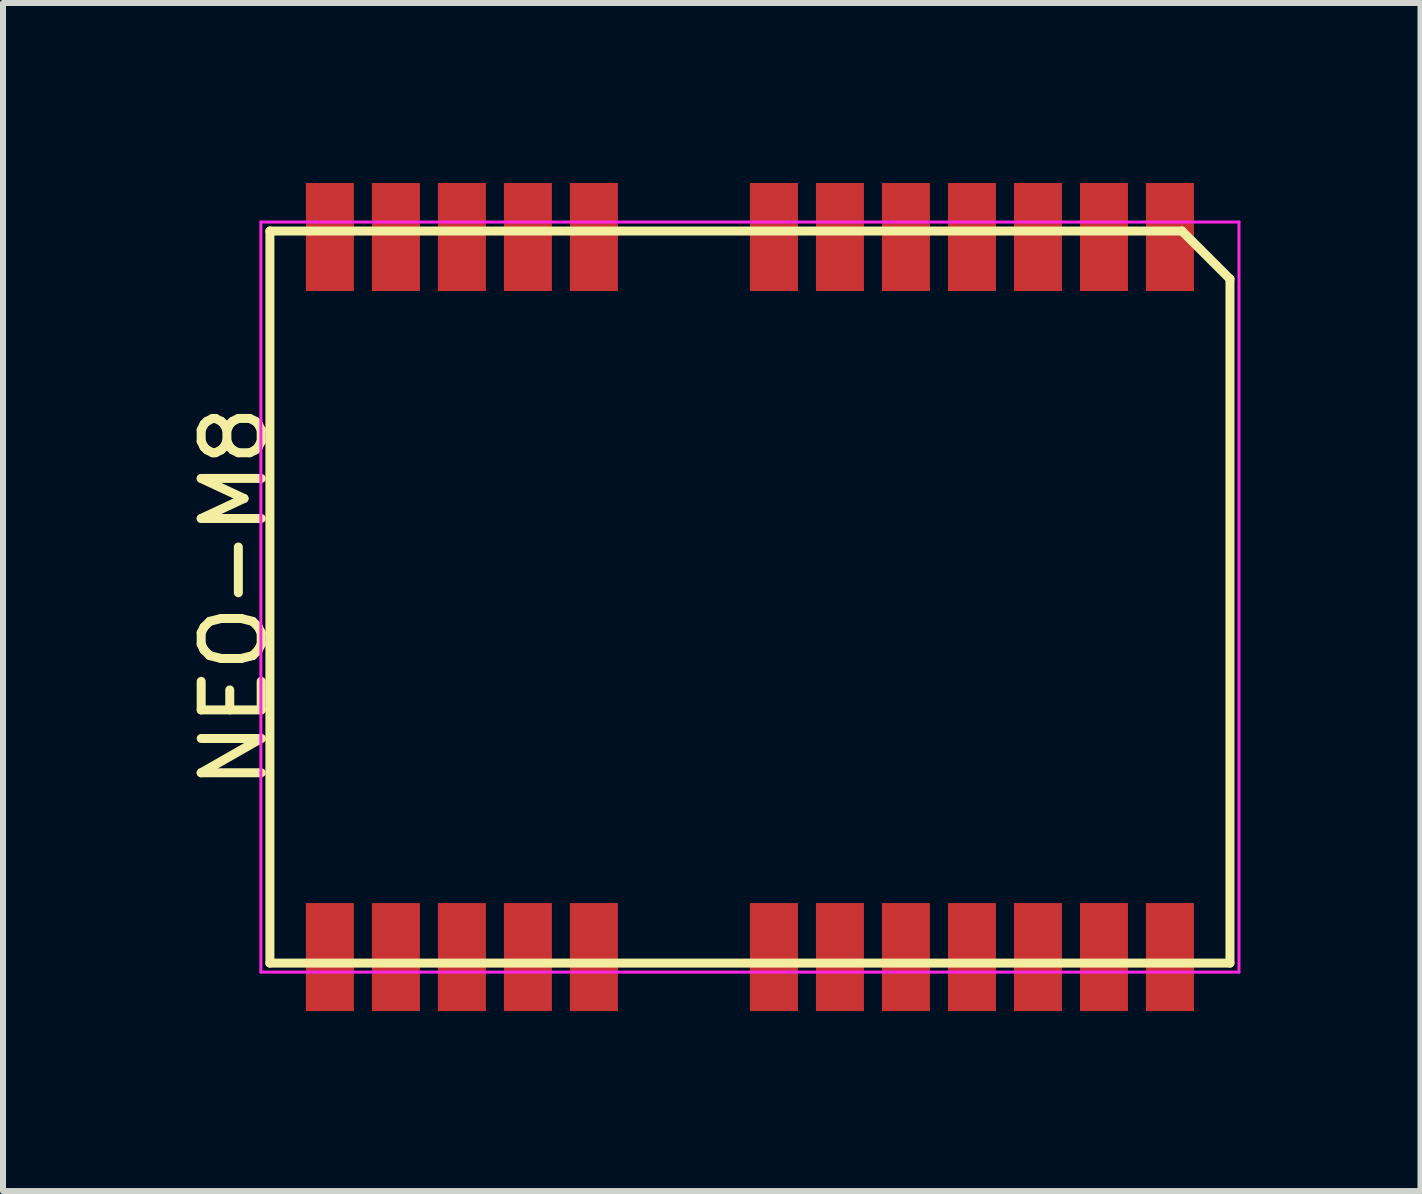
<source format=kicad_pcb>
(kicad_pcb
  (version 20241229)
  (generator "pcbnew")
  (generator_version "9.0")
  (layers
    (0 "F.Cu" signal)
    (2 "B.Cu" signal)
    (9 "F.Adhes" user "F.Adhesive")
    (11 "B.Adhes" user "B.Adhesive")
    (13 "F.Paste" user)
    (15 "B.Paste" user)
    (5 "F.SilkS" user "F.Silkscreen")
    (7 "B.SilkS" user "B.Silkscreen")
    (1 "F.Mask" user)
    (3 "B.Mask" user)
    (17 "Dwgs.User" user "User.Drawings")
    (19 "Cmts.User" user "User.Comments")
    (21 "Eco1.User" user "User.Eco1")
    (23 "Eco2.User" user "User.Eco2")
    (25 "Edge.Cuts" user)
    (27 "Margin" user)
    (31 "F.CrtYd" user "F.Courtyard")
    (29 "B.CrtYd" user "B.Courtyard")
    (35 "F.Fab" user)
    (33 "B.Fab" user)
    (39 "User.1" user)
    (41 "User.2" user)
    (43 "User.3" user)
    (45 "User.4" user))
  (footprint "NEO-M8"
    (layer "F.Cu")
    (at 9.448 6.9)
    (property "Reference" "NEO-M8" (at -8.6 0 90) (layer "F.SilkS") (effects (font (size 1 1) (thickness 0.15))))
    (attr smd)
    (fp_line (start -8 -6.1) (end 7.2 -6.1) (stroke (width 0.15) (type solid)) (layer "F.SilkS"))
    (fp_line (start -8 6.1) (end -8 -6.1) (stroke (width 0.15) (type solid)) (layer "F.SilkS"))
    (fp_line (start 7.2 -6.1) (end 8 -5.3) (stroke (width 0.15) (type solid)) (layer "F.SilkS"))
    (fp_line (start 8 -5.3) (end 8 6.1) (stroke (width 0.15) (type solid)) (layer "F.SilkS"))
    (fp_line (start 8 6.1) (end -8 6.1) (stroke (width 0.15) (type solid)) (layer "F.SilkS"))
    (fp_line (start -8.15 -6.25) (end 8.15 -6.25) (stroke (width 0.05) (type solid)) (layer "F.CrtYd"))
    (fp_line (start -8.15 6.25) (end -8.15 -6.25) (stroke (width 0.05) (type solid)) (layer "F.CrtYd"))
    (fp_line (start 8.15 -6.25) (end 8.15 6.25) (stroke (width 0.05) (type solid)) (layer "F.CrtYd"))
    (fp_line (start 8.15 6.25) (end -8.15 6.25) (stroke (width 0.05) (type solid)) (layer "F.CrtYd"))
    (pad "1" smd rect (at 7 -6) (size 0.8 1.8) (layers "F.Cu" "F.Mask" "F.Paste"))
    (pad "2" smd rect (at 5.9 -6) (size 0.8 1.8) (layers "F.Cu" "F.Mask" "F.Paste"))
    (pad "3" smd rect (at 4.8 -6) (size 0.8 1.8) (layers "F.Cu" "F.Mask" "F.Paste"))
    (pad "4" smd rect (at 3.7 -6) (size 0.8 1.8) (layers "F.Cu" "F.Mask" "F.Paste"))
    (pad "5" smd rect (at 2.6 -6) (size 0.8 1.8) (layers "F.Cu" "F.Mask" "F.Paste"))
    (pad "6" smd rect (at 1.5 -6) (size 0.8 1.8) (layers "F.Cu" "F.Mask" "F.Paste"))
    (pad "7" smd rect (at 0.4 -6) (size 0.8 1.8) (layers "F.Cu" "F.Mask" "F.Paste"))
    (pad "8" smd rect (at -2.6 -6) (size 0.8 1.8) (layers "F.Cu" "F.Mask" "F.Paste"))
    (pad "9" smd rect (at -3.7 -6) (size 0.8 1.8) (layers "F.Cu" "F.Mask" "F.Paste"))
    (pad "10" smd rect (at -4.8 -6) (size 0.8 1.8) (layers "F.Cu" "F.Mask" "F.Paste"))
    (pad "11" smd rect (at -5.9 -6) (size 0.8 1.8) (layers "F.Cu" "F.Mask" "F.Paste"))
    (pad "12" smd rect (at -7 -6) (size 0.8 1.8) (layers "F.Cu" "F.Mask" "F.Paste"))
    (pad "13" smd rect (at -7 6) (size 0.8 1.8) (layers "F.Cu" "F.Mask" "F.Paste"))
    (pad "14" smd rect (at -5.9 6) (size 0.8 1.8) (layers "F.Cu" "F.Mask" "F.Paste"))
    (pad "15" smd rect (at -4.8 6) (size 0.8 1.8) (layers "F.Cu" "F.Mask" "F.Paste"))
    (pad "16" smd rect (at -3.7 6) (size 0.8 1.8) (layers "F.Cu" "F.Mask" "F.Paste"))
    (pad "17" smd rect (at -2.6 6) (size 0.8 1.8) (layers "F.Cu" "F.Mask" "F.Paste"))
    (pad "18" smd rect (at 0.4 6) (size 0.8 1.8) (layers "F.Cu" "F.Mask" "F.Paste"))
    (pad "19" smd rect (at 1.5 6) (size 0.8 1.8) (layers "F.Cu" "F.Mask" "F.Paste"))
    (pad "20" smd rect (at 2.6 6) (size 0.8 1.8) (layers "F.Cu" "F.Mask" "F.Paste"))
    (pad "21" smd rect (at 3.7 6) (size 0.8 1.8) (layers "F.Cu" "F.Mask" "F.Paste"))
    (pad "22" smd rect (at 4.8 6) (size 0.8 1.8) (layers "F.Cu" "F.Mask" "F.Paste"))
    (pad "23" smd rect (at 5.9 6) (size 0.8 1.8) (layers "F.Cu" "F.Mask" "F.Paste"))
    (pad "24" smd rect (at 7 6) (size 0.8 1.8) (layers "F.Cu" "F.Mask" "F.Paste")))
  (gr_rect
    (start -3 -3)
    (end 20.623 16.8)
    (stroke (width 0.1) (type default))
    (fill no)
    (layer "Edge.Cuts")))
</source>
